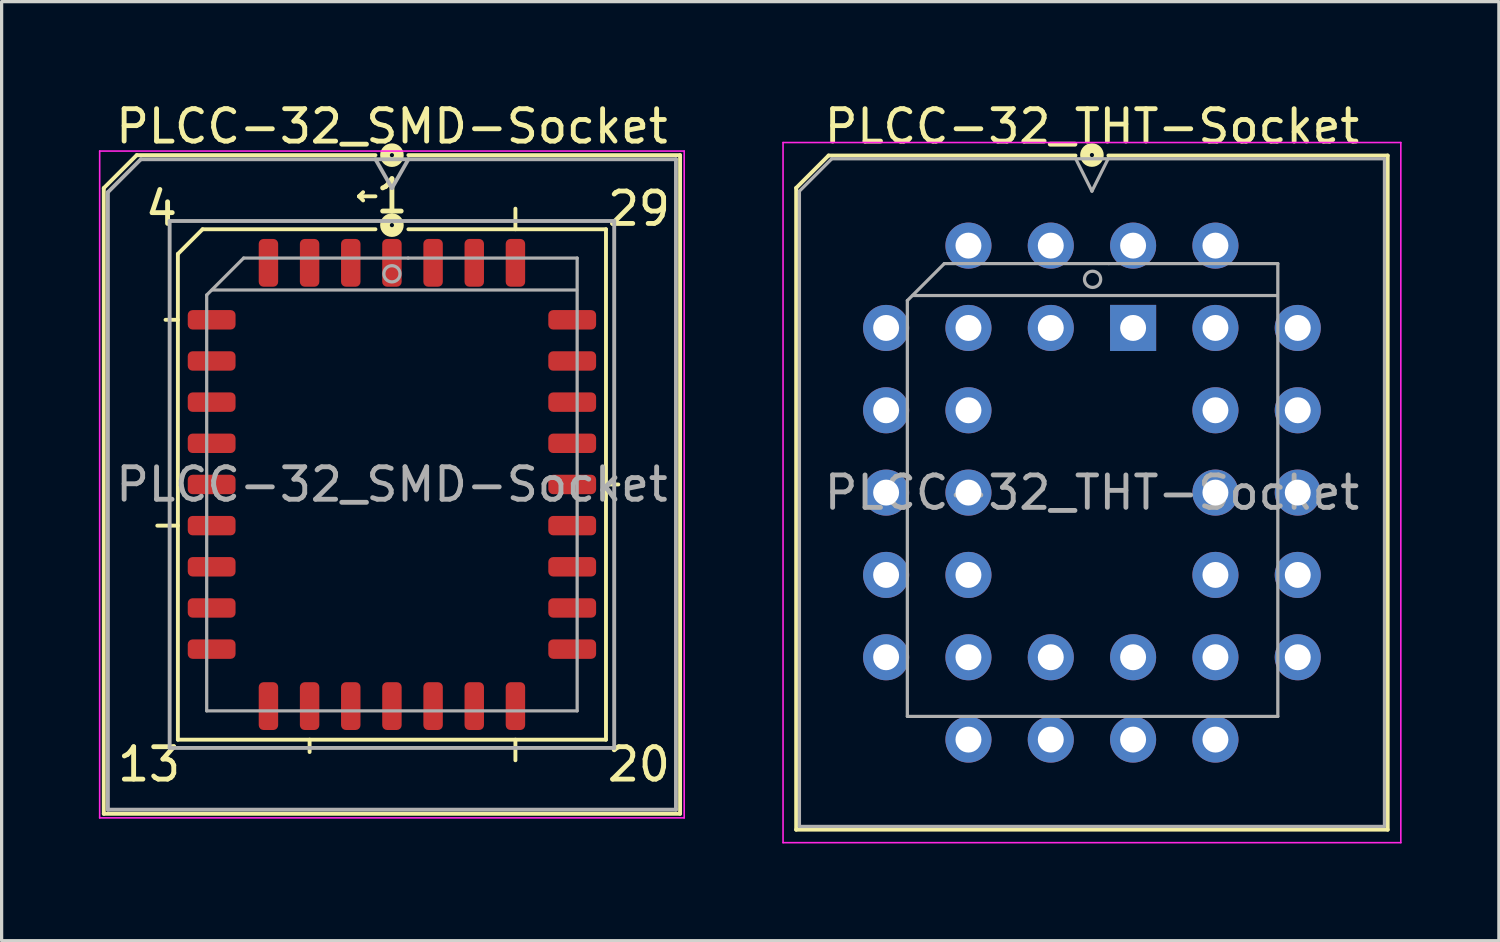
<source format=kicad_pcb>
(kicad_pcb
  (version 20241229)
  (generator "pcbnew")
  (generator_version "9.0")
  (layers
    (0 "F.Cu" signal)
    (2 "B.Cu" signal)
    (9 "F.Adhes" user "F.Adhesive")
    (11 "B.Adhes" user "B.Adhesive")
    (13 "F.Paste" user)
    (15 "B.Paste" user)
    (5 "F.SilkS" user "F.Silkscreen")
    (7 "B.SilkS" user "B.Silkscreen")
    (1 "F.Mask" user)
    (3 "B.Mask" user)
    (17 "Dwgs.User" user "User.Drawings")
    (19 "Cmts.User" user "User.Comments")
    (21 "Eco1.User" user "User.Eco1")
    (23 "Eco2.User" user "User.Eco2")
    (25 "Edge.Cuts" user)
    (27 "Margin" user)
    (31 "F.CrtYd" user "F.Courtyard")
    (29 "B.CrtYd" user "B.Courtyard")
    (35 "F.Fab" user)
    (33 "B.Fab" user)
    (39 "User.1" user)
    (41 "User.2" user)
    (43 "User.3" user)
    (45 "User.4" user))
  (footprint "PLCC-32_SMD-Socket"
    (layer "F.Cu")
    (at 9.042 11.897)
    (property "Reference" "PLCC-32_SMD-Socket" (at 0 -11.049 0) (layer "F.SilkS") (effects (font (size 1 1) (thickness 0.15))))
    (attr smd)
    (fp_line (start -8.89 -9.144) (end -8.89 10.16) (stroke (width 0.12) (type solid)) (layer "F.SilkS"))
    (fp_line (start -8.89 10.16) (end 8.89 10.16) (stroke (width 0.12) (type solid)) (layer "F.SilkS"))
    (fp_line (start -7.874 -10.16) (end -8.89 -9.144) (stroke (width 0.12) (type solid)) (layer "F.SilkS"))
    (fp_line (start -6.604 -7.112) (end -6.604 7.874) (stroke (width 0.12) (type solid)) (layer "F.SilkS"))
    (fp_line (start -6.604 -5.08) (end -6.985 -5.08) (stroke (width 0.12) (type solid)) (layer "F.SilkS"))
    (fp_line (start -6.604 1.27) (end -7.239 1.27) (stroke (width 0.12) (type solid)) (layer "F.SilkS"))
    (fp_line (start -6.604 7.874) (end 6.604 7.874) (stroke (width 0.12) (type solid)) (layer "F.SilkS"))
    (fp_line (start -5.842 -7.874) (end -6.604 -7.112) (stroke (width 0.12) (type solid)) (layer "F.SilkS"))
    (fp_line (start -2.54 7.874) (end -2.54 8.255) (stroke (width 0.12) (type solid)) (layer "F.SilkS"))
    (fp_line (start -1.016 -8.89) (end -0.889 -9.017) (stroke (width 0.12) (type solid)) (layer "F.SilkS"))
    (fp_line (start -1.016 -8.89) (end -0.889 -8.763) (stroke (width 0.12) (type solid)) (layer "F.SilkS"))
    (fp_line (start -0.508 -10.16) (end -7.874 -10.16) (stroke (width 0.12) (type solid)) (layer "F.SilkS"))
    (fp_line (start -0.508 -8.89) (end -1.016 -8.89) (stroke (width 0.12) (type solid)) (layer "F.SilkS"))
    (fp_line (start -0.508 -7.874) (end -5.842 -7.874) (stroke (width 0.12) (type solid)) (layer "F.SilkS"))
    (fp_line (start 3.81 -7.874) (end 3.81 -8.509) (stroke (width 0.12) (type solid)) (layer "F.SilkS"))
    (fp_line (start 3.81 7.874) (end 3.81 8.509) (stroke (width 0.12) (type solid)) (layer "F.SilkS"))
    (fp_line (start 6.604 -7.874) (end 0.508 -7.874) (stroke (width 0.12) (type solid)) (layer "F.SilkS"))
    (fp_line (start 6.604 0) (end 6.985 0) (stroke (width 0.12) (type solid)) (layer "F.SilkS"))
    (fp_line (start 6.604 7.874) (end 6.604 -7.874) (stroke (width 0.12) (type solid)) (layer "F.SilkS"))
    (fp_line (start 8.89 -10.16) (end 0.508 -10.16) (stroke (width 0.12) (type solid)) (layer "F.SilkS"))
    (fp_line (start 8.89 10.16) (end 8.89 -10.16) (stroke (width 0.12) (type solid)) (layer "F.SilkS"))
    (fp_circle (center 0 -10.16) (end 0.064 -10.16) (stroke (width 0.3) (type solid)) (fill no) (layer "F.SilkS"))
    (fp_circle (center 0 -8.001) (end 0.064 -8.001) (stroke (width 0.3) (type solid)) (fill no) (layer "F.SilkS"))
    (fp_line (start -9.017 -10.287) (end -9.017 10.287) (stroke (width 0.05) (type solid)) (layer "F.CrtYd"))
    (fp_line (start -9.017 10.287) (end 9.017 10.287) (stroke (width 0.05) (type solid)) (layer "F.CrtYd"))
    (fp_line (start 9.017 -10.287) (end -9.017 -10.287) (stroke (width 0.05) (type solid)) (layer "F.CrtYd"))
    (fp_line (start 9.017 10.287) (end 9.017 -10.287) (stroke (width 0.05) (type solid)) (layer "F.CrtYd"))
    (fp_line (start -8.763 -9.017) (end -7.747 -10.033) (stroke (width 0.12) (type solid)) (layer "F.Fab"))
    (fp_line (start -8.763 10.033) (end -8.763 -9.017) (stroke (width 0.12) (type solid)) (layer "F.Fab"))
    (fp_line (start -7.747 -10.033) (end 8.763 -10.033) (stroke (width 0.12) (type solid)) (layer "F.Fab"))
    (fp_line (start -6.858 -8.128) (end 6.858 -8.128) (stroke (width 0.12) (type solid)) (layer "F.Fab"))
    (fp_line (start -6.858 8.128) (end -6.858 -8.128) (stroke (width 0.12) (type solid)) (layer "F.Fab"))
    (fp_line (start -5.715 -5.845) (end -4.575 -6.985) (stroke (width 0.1) (type solid)) (layer "F.Fab"))
    (fp_line (start -5.715 6.985) (end -5.715 -5.845) (stroke (width 0.1) (type solid)) (layer "F.Fab"))
    (fp_line (start -4.575 -6.985) (end 0.5 -6.985) (stroke (width 0.1) (type solid)) (layer "F.Fab"))
    (fp_line (start -0.508 -10.033) (end 0 -9.144) (stroke (width 0.12) (type solid)) (layer "F.Fab"))
    (fp_line (start 0 -9.144) (end 0.508 -10.033) (stroke (width 0.12) (type solid)) (layer "F.Fab"))
    (fp_line (start 0.5 -6.985) (end 5.715 -6.985) (stroke (width 0.1) (type solid)) (layer "F.Fab"))
    (fp_line (start 5.7 -6) (end -5.55 -6) (stroke (width 0.1) (type solid)) (layer "F.Fab"))
    (fp_line (start 5.715 -6.985) (end 5.715 6.985) (stroke (width 0.1) (type solid)) (layer "F.Fab"))
    (fp_line (start 5.715 6.985) (end -5.715 6.985) (stroke (width 0.1) (type solid)) (layer "F.Fab"))
    (fp_line (start 6.858 -8.128) (end 6.858 8.128) (stroke (width 0.12) (type solid)) (layer "F.Fab"))
    (fp_line (start 6.858 8.128) (end -6.858 8.128) (stroke (width 0.12) (type solid)) (layer "F.Fab"))
    (fp_line (start 8.763 -10.033) (end 8.763 10.033) (stroke (width 0.12) (type solid)) (layer "F.Fab"))
    (fp_line (start 8.763 10.033) (end -8.763 10.033) (stroke (width 0.12) (type solid)) (layer "F.Fab"))
    (fp_circle (center 0 -6.5) (end 0.25 -6.5) (stroke (width 0.1) (type solid)) (fill no) (layer "F.Fab"))
    (fp_text user "1" (at 0 -8.89 0) (unlocked yes) (layer "F.SilkS") (effects (font (size 1 1) (thickness 0.15))))
    (fp_text user "4" (at -7.112 -8.509 0) (unlocked yes) (layer "F.SilkS") (effects (font (size 1 1) (thickness 0.15))))
    (fp_text user "20" (at 7.62 8.636 0) (unlocked yes) (layer "F.SilkS") (effects (font (size 1 1) (thickness 0.15))))
    (fp_text user "29" (at 7.62 -8.509 0) (unlocked yes) (layer "F.SilkS") (effects (font (size 1 1) (thickness 0.15))))
    (fp_text user "13" (at -7.493 8.636 0) (unlocked yes) (layer "F.SilkS") (effects (font (size 1 1) (thickness 0.15))))
    (fp_text user "${REFERENCE}" (at 0 0 0) (layer "F.Fab") (effects (font (size 1 1) (thickness 0.15))))
    (pad "1" smd roundrect (at 0 -6.838) (size 0.6 1.475) (layers "F.Cu" "F.Mask" "F.Paste") (roundrect_rratio 0.25))
    (pad "2" smd roundrect (at -1.27 -6.838) (size 0.6 1.475) (layers "F.Cu" "F.Mask" "F.Paste") (roundrect_rratio 0.25))
    (pad "3" smd roundrect (at -2.54 -6.838) (size 0.6 1.475) (layers "F.Cu" "F.Mask" "F.Paste") (roundrect_rratio 0.25))
    (pad "4" smd roundrect (at -3.81 -6.838) (size 0.6 1.475) (layers "F.Cu" "F.Mask" "F.Paste") (roundrect_rratio 0.25))
    (pad "5" smd roundrect (at -5.562 -5.08) (size 1.475 0.6) (layers "F.Cu" "F.Mask" "F.Paste") (roundrect_rratio 0.25))
    (pad "6" smd roundrect (at -5.562 -3.81) (size 1.475 0.6) (layers "F.Cu" "F.Mask" "F.Paste") (roundrect_rratio 0.25))
    (pad "7" smd roundrect (at -5.562 -2.54) (size 1.475 0.6) (layers "F.Cu" "F.Mask" "F.Paste") (roundrect_rratio 0.25))
    (pad "8" smd roundrect (at -5.562 -1.27) (size 1.475 0.6) (layers "F.Cu" "F.Mask" "F.Paste") (roundrect_rratio 0.25))
    (pad "9" smd roundrect (at -5.562 0) (size 1.475 0.6) (layers "F.Cu" "F.Mask" "F.Paste") (roundrect_rratio 0.25))
    (pad "10" smd roundrect (at -5.562 1.27) (size 1.475 0.6) (layers "F.Cu" "F.Mask" "F.Paste") (roundrect_rratio 0.25))
    (pad "11" smd roundrect (at -5.562 2.54) (size 1.475 0.6) (layers "F.Cu" "F.Mask" "F.Paste") (roundrect_rratio 0.25))
    (pad "12" smd roundrect (at -5.562 3.81) (size 1.475 0.6) (layers "F.Cu" "F.Mask" "F.Paste") (roundrect_rratio 0.25))
    (pad "13" smd roundrect (at -5.562 5.08) (size 1.475 0.6) (layers "F.Cu" "F.Mask" "F.Paste") (roundrect_rratio 0.25))
    (pad "14" smd roundrect (at -3.81 6.838) (size 0.6 1.475) (layers "F.Cu" "F.Mask" "F.Paste") (roundrect_rratio 0.25))
    (pad "15" smd roundrect (at -2.54 6.838) (size 0.6 1.475) (layers "F.Cu" "F.Mask" "F.Paste") (roundrect_rratio 0.25))
    (pad "16" smd roundrect (at -1.27 6.838) (size 0.6 1.475) (layers "F.Cu" "F.Mask" "F.Paste") (roundrect_rratio 0.25))
    (pad "17" smd roundrect (at 0 6.838) (size 0.6 1.475) (layers "F.Cu" "F.Mask" "F.Paste") (roundrect_rratio 0.25))
    (pad "18" smd roundrect (at 1.27 6.838) (size 0.6 1.475) (layers "F.Cu" "F.Mask" "F.Paste") (roundrect_rratio 0.25))
    (pad "19" smd roundrect (at 2.54 6.838) (size 0.6 1.475) (layers "F.Cu" "F.Mask" "F.Paste") (roundrect_rratio 0.25))
    (pad "20" smd roundrect (at 3.81 6.838) (size 0.6 1.475) (layers "F.Cu" "F.Mask" "F.Paste") (roundrect_rratio 0.25))
    (pad "21" smd roundrect (at 5.562 5.08) (size 1.475 0.6) (layers "F.Cu" "F.Mask" "F.Paste") (roundrect_rratio 0.25))
    (pad "22" smd roundrect (at 5.562 3.81) (size 1.475 0.6) (layers "F.Cu" "F.Mask" "F.Paste") (roundrect_rratio 0.25))
    (pad "23" smd roundrect (at 5.562 2.54) (size 1.475 0.6) (layers "F.Cu" "F.Mask" "F.Paste") (roundrect_rratio 0.25))
    (pad "24" smd roundrect (at 5.562 1.27) (size 1.475 0.6) (layers "F.Cu" "F.Mask" "F.Paste") (roundrect_rratio 0.25))
    (pad "25" smd roundrect (at 5.562 0) (size 1.475 0.6) (layers "F.Cu" "F.Mask" "F.Paste") (roundrect_rratio 0.25))
    (pad "26" smd roundrect (at 5.562 -1.27) (size 1.475 0.6) (layers "F.Cu" "F.Mask" "F.Paste") (roundrect_rratio 0.25))
    (pad "27" smd roundrect (at 5.562 -2.54) (size 1.475 0.6) (layers "F.Cu" "F.Mask" "F.Paste") (roundrect_rratio 0.25))
    (pad "28" smd roundrect (at 5.562 -3.81) (size 1.475 0.6) (layers "F.Cu" "F.Mask" "F.Paste") (roundrect_rratio 0.25))
    (pad "29" smd roundrect (at 5.562 -5.08) (size 1.475 0.6) (layers "F.Cu" "F.Mask" "F.Paste") (roundrect_rratio 0.25))
    (pad "30" smd roundrect (at 3.81 -6.838) (size 0.6 1.475) (layers "F.Cu" "F.Mask" "F.Paste") (roundrect_rratio 0.25))
    (pad "31" smd roundrect (at 2.54 -6.838) (size 0.6 1.475) (layers "F.Cu" "F.Mask" "F.Paste") (roundrect_rratio 0.25))
    (pad "32" smd roundrect (at 1.27 -6.838) (size 0.6 1.475) (layers "F.Cu" "F.Mask" "F.Paste") (roundrect_rratio 0.25)))
  (footprint "PLCC-32_THT-Socket"
    (layer "F.Cu")
    (at 31.909 7.068)
    (property "Reference" "PLCC-32_THT-Socket" (at -1.27 -6.22 0) (layer "F.SilkS") (effects (font (size 1 1) (thickness 0.15))))
    (attr through_hole)
    (fp_line (start -10.395 -4.32) (end -10.395 15.48) (stroke (width 0.12) (type solid)) (layer "F.SilkS"))
    (fp_line (start -10.395 15.48) (end 7.855 15.48) (stroke (width 0.12) (type solid)) (layer "F.SilkS"))
    (fp_line (start -9.395 -5.32) (end -10.395 -4.32) (stroke (width 0.12) (type solid)) (layer "F.SilkS"))
    (fp_line (start -1.778 -5.32) (end -9.395 -5.32) (stroke (width 0.12) (type solid)) (layer "F.SilkS"))
    (fp_line (start 7.855 -5.32) (end -0.762 -5.32) (stroke (width 0.12) (type solid)) (layer "F.SilkS"))
    (fp_line (start 7.855 15.48) (end 7.855 -5.32) (stroke (width 0.12) (type solid)) (layer "F.SilkS"))
    (fp_circle (center -1.27 -5.334) (end -1.206 -5.334) (stroke (width 0.3) (type solid)) (fill no) (layer "F.SilkS"))
    (fp_line (start -10.8 -5.72) (end -10.8 15.88) (stroke (width 0.05) (type solid)) (layer "F.CrtYd"))
    (fp_line (start -10.8 15.88) (end 8.26 15.88) (stroke (width 0.05) (type solid)) (layer "F.CrtYd"))
    (fp_line (start 8.26 -5.72) (end -10.8 -5.72) (stroke (width 0.05) (type solid)) (layer "F.CrtYd"))
    (fp_line (start 8.26 15.88) (end 8.26 -5.72) (stroke (width 0.05) (type solid)) (layer "F.CrtYd"))
    (fp_line (start -10.295 -4.22) (end -10.295 15.38) (stroke (width 0.1) (type solid)) (layer "F.Fab"))
    (fp_line (start -10.295 15.38) (end 7.755 15.38) (stroke (width 0.1) (type solid)) (layer "F.Fab"))
    (fp_line (start -9.295 -5.22) (end -10.295 -4.22) (stroke (width 0.1) (type solid)) (layer "F.Fab"))
    (fp_line (start -6.965 -0.845) (end -5.825 -1.985) (stroke (width 0.1) (type solid)) (layer "F.Fab"))
    (fp_line (start -6.965 11.985) (end -6.965 -0.845) (stroke (width 0.1) (type solid)) (layer "F.Fab"))
    (fp_line (start -5.825 -1.985) (end -0.75 -1.985) (stroke (width 0.1) (type solid)) (layer "F.Fab"))
    (fp_line (start -1.77 -5.22) (end -1.27 -4.22) (stroke (width 0.1) (type solid)) (layer "F.Fab"))
    (fp_line (start -1.27 -4.22) (end -0.77 -5.22) (stroke (width 0.1) (type solid)) (layer "F.Fab"))
    (fp_line (start -0.75 -1.985) (end 4.465 -1.985) (stroke (width 0.1) (type solid)) (layer "F.Fab"))
    (fp_line (start 4.45 -1) (end -6.8 -1) (stroke (width 0.1) (type solid)) (layer "F.Fab"))
    (fp_line (start 4.465 -1.985) (end 4.465 11.985) (stroke (width 0.1) (type solid)) (layer "F.Fab"))
    (fp_line (start 4.465 11.985) (end -6.965 11.985) (stroke (width 0.1) (type solid)) (layer "F.Fab"))
    (fp_line (start 7.755 -5.22) (end -9.295 -5.22) (stroke (width 0.1) (type solid)) (layer "F.Fab"))
    (fp_line (start 7.755 15.38) (end 7.755 -5.22) (stroke (width 0.1) (type solid)) (layer "F.Fab"))
    (fp_circle (center -1.25 -1.5) (end -1 -1.5) (stroke (width 0.1) (type solid)) (fill no) (layer "F.Fab"))
    (fp_text user "${REFERENCE}" (at -1.27 5.08 0) (layer "F.Fab") (effects (font (size 1 1) (thickness 0.15))))
    (pad "1" thru_hole rect (at 0 0) (size 1.422 1.422) (drill 0.8) (layers "*.Cu" "*.Mask"))
    (pad "2" thru_hole circle (at -2.54 -2.54) (size 1.422 1.422) (drill 0.8) (layers "*.Cu" "*.Mask"))
    (pad "3" thru_hole circle (at -2.54 0) (size 1.422 1.422) (drill 0.8) (layers "*.Cu" "*.Mask"))
    (pad "4" thru_hole circle (at -5.08 -2.54) (size 1.422 1.422) (drill 0.8) (layers "*.Cu" "*.Mask"))
    (pad "5" thru_hole circle (at -7.62 0) (size 1.422 1.422) (drill 0.8) (layers "*.Cu" "*.Mask"))
    (pad "6" thru_hole circle (at -5.08 0) (size 1.422 1.422) (drill 0.8) (layers "*.Cu" "*.Mask"))
    (pad "7" thru_hole circle (at -7.62 2.54) (size 1.422 1.422) (drill 0.8) (layers "*.Cu" "*.Mask"))
    (pad "8" thru_hole circle (at -5.08 2.54) (size 1.422 1.422) (drill 0.8) (layers "*.Cu" "*.Mask"))
    (pad "9" thru_hole circle (at -7.62 5.08) (size 1.422 1.422) (drill 0.8) (layers "*.Cu" "*.Mask"))
    (pad "10" thru_hole circle (at -5.08 5.08) (size 1.422 1.422) (drill 0.8) (layers "*.Cu" "*.Mask"))
    (pad "11" thru_hole circle (at -7.62 7.62) (size 1.422 1.422) (drill 0.8) (layers "*.Cu" "*.Mask"))
    (pad "12" thru_hole circle (at -5.08 7.62) (size 1.422 1.422) (drill 0.8) (layers "*.Cu" "*.Mask"))
    (pad "13" thru_hole circle (at -7.62 10.16) (size 1.422 1.422) (drill 0.8) (layers "*.Cu" "*.Mask"))
    (pad "14" thru_hole circle (at -5.08 12.7) (size 1.422 1.422) (drill 0.8) (layers "*.Cu" "*.Mask"))
    (pad "15" thru_hole circle (at -5.08 10.16) (size 1.422 1.422) (drill 0.8) (layers "*.Cu" "*.Mask"))
    (pad "16" thru_hole circle (at -2.54 12.7) (size 1.422 1.422) (drill 0.8) (layers "*.Cu" "*.Mask"))
    (pad "17" thru_hole circle (at -2.54 10.16) (size 1.422 1.422) (drill 0.8) (layers "*.Cu" "*.Mask"))
    (pad "18" thru_hole circle (at 0 12.7) (size 1.422 1.422) (drill 0.8) (layers "*.Cu" "*.Mask"))
    (pad "19" thru_hole circle (at 0 10.16) (size 1.422 1.422) (drill 0.8) (layers "*.Cu" "*.Mask"))
    (pad "20" thru_hole circle (at 2.54 12.7) (size 1.422 1.422) (drill 0.8) (layers "*.Cu" "*.Mask"))
    (pad "21" thru_hole circle (at 5.08 10.16) (size 1.422 1.422) (drill 0.8) (layers "*.Cu" "*.Mask"))
    (pad "22" thru_hole circle (at 2.54 10.16) (size 1.422 1.422) (drill 0.8) (layers "*.Cu" "*.Mask"))
    (pad "23" thru_hole circle (at 5.08 7.62) (size 1.422 1.422) (drill 0.8) (layers "*.Cu" "*.Mask"))
    (pad "24" thru_hole circle (at 2.54 7.62) (size 1.422 1.422) (drill 0.8) (layers "*.Cu" "*.Mask"))
    (pad "25" thru_hole circle (at 5.08 5.08) (size 1.422 1.422) (drill 0.8) (layers "*.Cu" "*.Mask"))
    (pad "26" thru_hole circle (at 2.54 5.08) (size 1.422 1.422) (drill 0.8) (layers "*.Cu" "*.Mask"))
    (pad "27" thru_hole circle (at 5.08 2.54) (size 1.422 1.422) (drill 0.8) (layers "*.Cu" "*.Mask"))
    (pad "28" thru_hole circle (at 2.54 2.54) (size 1.422 1.422) (drill 0.8) (layers "*.Cu" "*.Mask"))
    (pad "29" thru_hole circle (at 5.08 0) (size 1.422 1.422) (drill 0.8) (layers "*.Cu" "*.Mask"))
    (pad "30" thru_hole circle (at 2.54 -2.54) (size 1.422 1.422) (drill 0.8) (layers "*.Cu" "*.Mask"))
    (pad "31" thru_hole circle (at 2.54 0) (size 1.422 1.422) (drill 0.8) (layers "*.Cu" "*.Mask"))
    (pad "32" thru_hole circle (at 0 -2.54) (size 1.422 1.422) (drill 0.8) (layers "*.Cu" "*.Mask")))
  (gr_rect
    (start -3 -3)
    (end 43.194 25.973)
    (stroke (width 0.1) (type default))
    (fill no)
    (layer "Edge.Cuts")))
</source>
